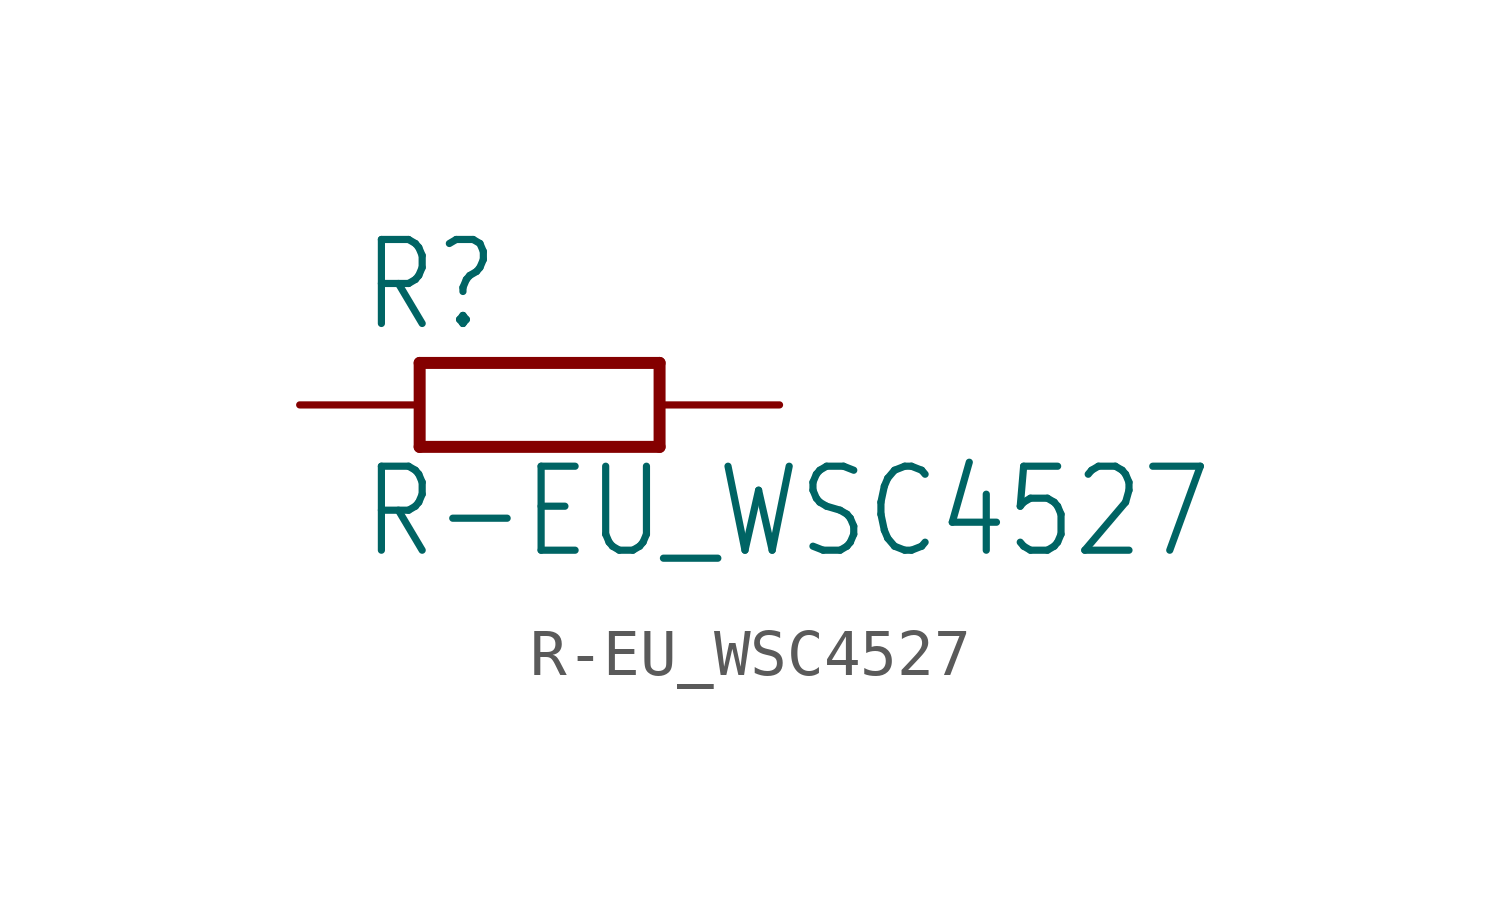
<source format=kicad_sym>
(kicad_symbol_lib
  (version 20201005)
  (generator kicad_symbol_editor)
  (symbol "R-EU_WSC4527"
    (property "Reference" "R"
      (at -3.81 1.499 0)
      (effects (font (size 1.778 1.511)) (justify left bottom)))
    (property "Value" "R-EU_WSC4527"
      (at -3.81 -3.302 0)
      (effects (font (size 1.778 1.511)) (justify left bottom)))
    (property "ki_locked" ""
      (at 0 0 0)
      (effects (font (size 1.27 1.27))))
    (symbol "R-EU_WSC4527_1_0"
      (polyline (pts (xy -2.54 -0.889) (xy 2.54 -0.889)) (stroke (width 0.254)) (fill (type none)))
      (polyline (pts (xy 2.54 0.889) (xy -2.54 0.889)) (stroke (width 0.254)) (fill (type none)))
      (polyline (pts (xy 2.54 -0.889) (xy 2.54 0.889)) (stroke (width 0.254)) (fill (type none)))
      (polyline (pts (xy -2.54 -0.889) (xy -2.54 0.889)) (stroke (width 0.254)) (fill (type none)))
      (pin passive line (at 5.08 0 180) (length 2.54) (name "2" (effects (font (size 0 0)))) (number "2" (effects (font (size 0 0)))))
      (pin passive line (at -5.08 0 0) (length 2.54) (name "1" (effects (font (size 0 0)))) (number "1" (effects (font (size 0 0))))))))
</source>
